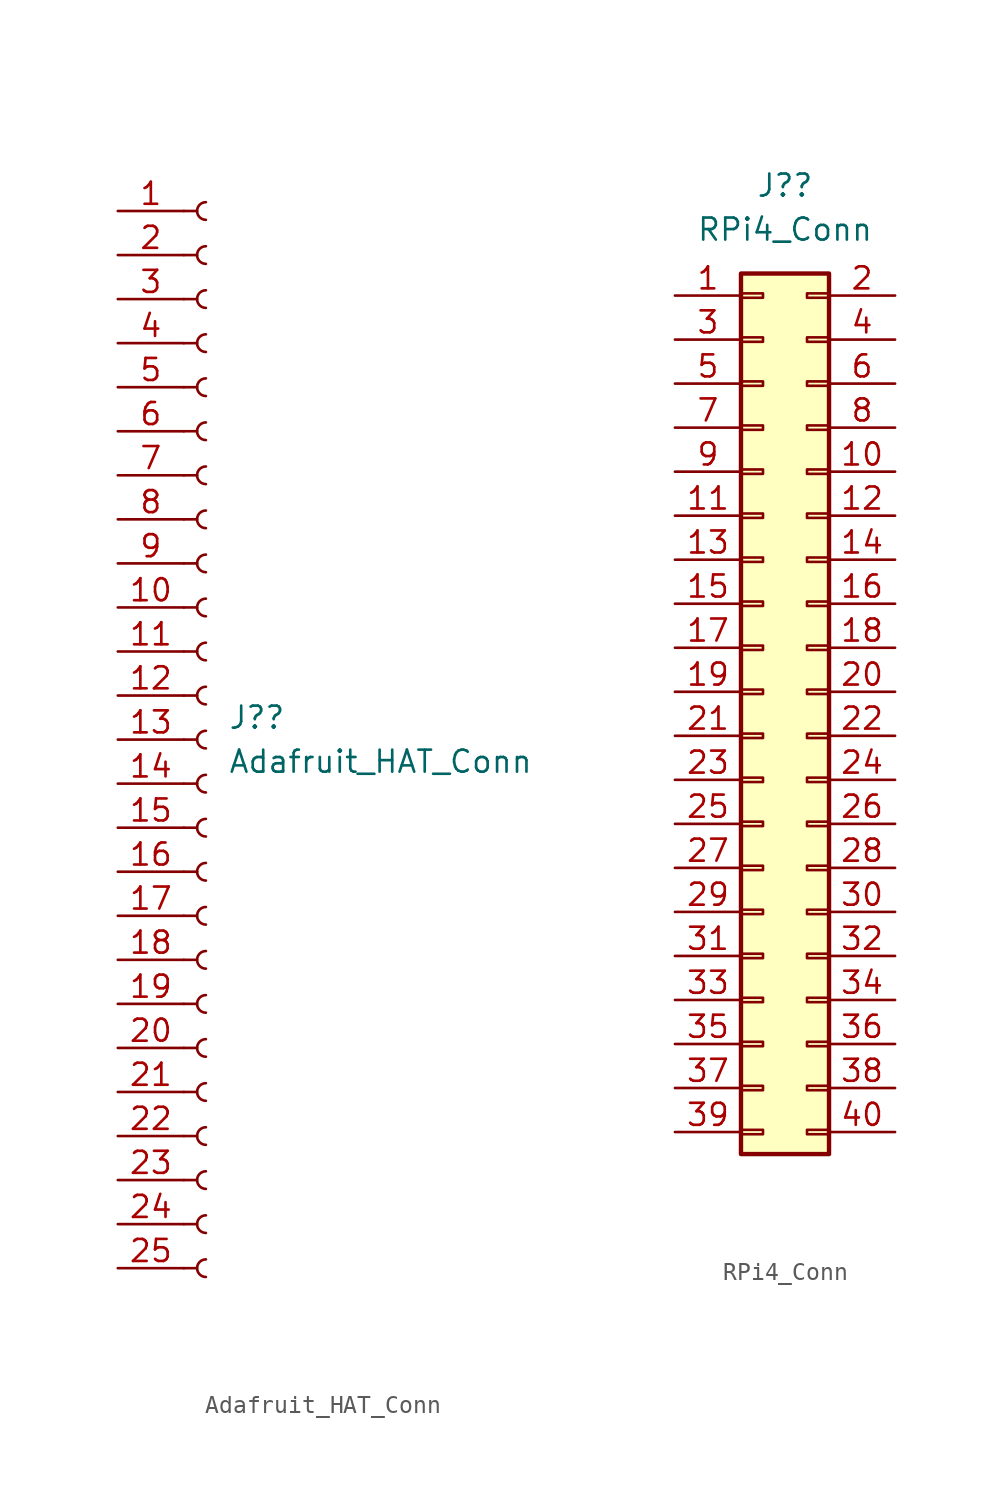
<source format=kicad_sym>
(kicad_symbol_lib
  (version 20211014)
  (generator kicad_symbol_editor)
  (symbol "Adafruit_HAT_Conn"
    (pin_names
      (offset 1.016) hide)
    (property "Reference" "J?"
      (at 1.27 1.27 0)
      (effects (font (size 1.27 1.27)) (justify left)))
    (property "Value" "Adafruit_HAT_Conn"
      (at 1.27 -1.27 0)
      (effects (font (size 1.27 1.27)) (justify left)))
    (symbol "Adafruit_HAT_Conn_1_1"
      (arc (start 0 -29.972) (mid -0.508 -30.48) (end 0 -30.988) (stroke (width 0.1524) (type default) (color 0 0 0 0)) (fill (type none)))
      (arc (start 0 -27.432) (mid -0.508 -27.94) (end 0 -28.448) (stroke (width 0.1524) (type default) (color 0 0 0 0)) (fill (type none)))
      (arc (start 0 -24.892) (mid -0.508 -25.4) (end 0 -25.908) (stroke (width 0.1524) (type default) (color 0 0 0 0)) (fill (type none)))
      (arc (start 0 -22.352) (mid -0.508 -22.86) (end 0 -23.368) (stroke (width 0.1524) (type default) (color 0 0 0 0)) (fill (type none)))
      (arc (start 0 -19.812) (mid -0.508 -20.32) (end 0 -20.828) (stroke (width 0.1524) (type default) (color 0 0 0 0)) (fill (type none)))
      (arc (start 0 -17.272) (mid -0.508 -17.78) (end 0 -18.288) (stroke (width 0.1524) (type default) (color 0 0 0 0)) (fill (type none)))
      (arc (start 0 -14.732) (mid -0.508 -15.24) (end 0 -15.748) (stroke (width 0.1524) (type default) (color 0 0 0 0)) (fill (type none)))
      (arc (start 0 -12.192) (mid -0.508 -12.7) (end 0 -13.208) (stroke (width 0.1524) (type default) (color 0 0 0 0)) (fill (type none)))
      (arc (start 0 -9.652) (mid -0.508 -10.16) (end 0 -10.668) (stroke (width 0.1524) (type default) (color 0 0 0 0)) (fill (type none)))
      (arc (start 0 -7.112) (mid -0.508 -7.62) (end 0 -8.128) (stroke (width 0.1524) (type default) (color 0 0 0 0)) (fill (type none)))
      (arc (start 0 -4.572) (mid -0.508 -5.08) (end 0 -5.588) (stroke (width 0.1524) (type default) (color 0 0 0 0)) (fill (type none)))
      (arc (start 0 -2.032) (mid -0.508 -2.54) (end 0 -3.048) (stroke (width 0.1524) (type default) (color 0 0 0 0)) (fill (type none)))
      (polyline (pts (xy -1.27 -30.48) (xy -0.508 -30.48)) (stroke (width 0.152) (type default) (color 0 0 0 0)) (fill (type none)))
      (polyline (pts (xy -1.27 -27.94) (xy -0.508 -27.94)) (stroke (width 0.152) (type default) (color 0 0 0 0)) (fill (type none)))
      (polyline (pts (xy -1.27 -25.4) (xy -0.508 -25.4)) (stroke (width 0.152) (type default) (color 0 0 0 0)) (fill (type none)))
      (polyline (pts (xy -1.27 -22.86) (xy -0.508 -22.86)) (stroke (width 0.152) (type default) (color 0 0 0 0)) (fill (type none)))
      (polyline (pts (xy -1.27 -20.32) (xy -0.508 -20.32)) (stroke (width 0.152) (type default) (color 0 0 0 0)) (fill (type none)))
      (polyline (pts (xy -1.27 -17.78) (xy -0.508 -17.78)) (stroke (width 0.152) (type default) (color 0 0 0 0)) (fill (type none)))
      (polyline (pts (xy -1.27 -15.24) (xy -0.508 -15.24)) (stroke (width 0.152) (type default) (color 0 0 0 0)) (fill (type none)))
      (polyline (pts (xy -1.27 -12.7) (xy -0.508 -12.7)) (stroke (width 0.152) (type default) (color 0 0 0 0)) (fill (type none)))
      (polyline (pts (xy -1.27 -10.16) (xy -0.508 -10.16)) (stroke (width 0.152) (type default) (color 0 0 0 0)) (fill (type none)))
      (polyline (pts (xy -1.27 -7.62) (xy -0.508 -7.62)) (stroke (width 0.152) (type default) (color 0 0 0 0)) (fill (type none)))
      (polyline (pts (xy -1.27 -5.08) (xy -0.508 -5.08)) (stroke (width 0.152) (type default) (color 0 0 0 0)) (fill (type none)))
      (polyline (pts (xy -1.27 -2.54) (xy -0.508 -2.54)) (stroke (width 0.152) (type default) (color 0 0 0 0)) (fill (type none)))
      (polyline (pts (xy -1.27 0) (xy -0.508 0)) (stroke (width 0.152) (type default) (color 0 0 0 0)) (fill (type none)))
      (polyline (pts (xy -1.27 2.54) (xy -0.508 2.54)) (stroke (width 0.152) (type default) (color 0 0 0 0)) (fill (type none)))
      (polyline (pts (xy -1.27 5.08) (xy -0.508 5.08)) (stroke (width 0.152) (type default) (color 0 0 0 0)) (fill (type none)))
      (polyline (pts (xy -1.27 7.62) (xy -0.508 7.62)) (stroke (width 0.152) (type default) (color 0 0 0 0)) (fill (type none)))
      (polyline (pts (xy -1.27 10.16) (xy -0.508 10.16)) (stroke (width 0.152) (type default) (color 0 0 0 0)) (fill (type none)))
      (polyline (pts (xy -1.27 12.7) (xy -0.508 12.7)) (stroke (width 0.152) (type default) (color 0 0 0 0)) (fill (type none)))
      (polyline (pts (xy -1.27 15.24) (xy -0.508 15.24)) (stroke (width 0.152) (type default) (color 0 0 0 0)) (fill (type none)))
      (polyline (pts (xy -1.27 17.78) (xy -0.508 17.78)) (stroke (width 0.152) (type default) (color 0 0 0 0)) (fill (type none)))
      (polyline (pts (xy -1.27 20.32) (xy -0.508 20.32)) (stroke (width 0.152) (type default) (color 0 0 0 0)) (fill (type none)))
      (polyline (pts (xy -1.27 22.86) (xy -0.508 22.86)) (stroke (width 0.152) (type default) (color 0 0 0 0)) (fill (type none)))
      (polyline (pts (xy -1.27 25.4) (xy -0.508 25.4)) (stroke (width 0.152) (type default) (color 0 0 0 0)) (fill (type none)))
      (polyline (pts (xy -1.27 27.94) (xy -0.508 27.94)) (stroke (width 0.152) (type default) (color 0 0 0 0)) (fill (type none)))
      (polyline (pts (xy -1.27 30.48) (xy -0.508 30.48)) (stroke (width 0.152) (type default) (color 0 0 0 0)) (fill (type none)))
      (arc (start 0 0.508) (mid -0.508 0) (end 0 -0.508) (stroke (width 0.1524) (type default) (color 0 0 0 0)) (fill (type none)))
      (arc (start 0 3.048) (mid -0.508 2.54) (end 0 2.032) (stroke (width 0.1524) (type default) (color 0 0 0 0)) (fill (type none)))
      (arc (start 0 5.588) (mid -0.508 5.08) (end 0 4.572) (stroke (width 0.1524) (type default) (color 0 0 0 0)) (fill (type none)))
      (arc (start 0 8.128) (mid -0.508 7.62) (end 0 7.112) (stroke (width 0.1524) (type default) (color 0 0 0 0)) (fill (type none)))
      (arc (start 0 10.668) (mid -0.508 10.16) (end 0 9.652) (stroke (width 0.1524) (type default) (color 0 0 0 0)) (fill (type none)))
      (arc (start 0 13.208) (mid -0.508 12.7) (end 0 12.192) (stroke (width 0.1524) (type default) (color 0 0 0 0)) (fill (type none)))
      (arc (start 0 15.748) (mid -0.508 15.24) (end 0 14.732) (stroke (width 0.1524) (type default) (color 0 0 0 0)) (fill (type none)))
      (arc (start 0 18.288) (mid -0.508 17.78) (end 0 17.272) (stroke (width 0.1524) (type default) (color 0 0 0 0)) (fill (type none)))
      (arc (start 0 20.828) (mid -0.508 20.32) (end 0 19.812) (stroke (width 0.1524) (type default) (color 0 0 0 0)) (fill (type none)))
      (arc (start 0 23.368) (mid -0.508 22.86) (end 0 22.352) (stroke (width 0.1524) (type default) (color 0 0 0 0)) (fill (type none)))
      (arc (start 0 25.908) (mid -0.508 25.4) (end 0 24.892) (stroke (width 0.1524) (type default) (color 0 0 0 0)) (fill (type none)))
      (arc (start 0 28.448) (mid -0.508 27.94) (end 0 27.432) (stroke (width 0.1524) (type default) (color 0 0 0 0)) (fill (type none)))
      (arc (start 0 30.988) (mid -0.508 30.48) (end 0 29.972) (stroke (width 0.1524) (type default) (color 0 0 0 0)) (fill (type none)))
      (pin passive line (at -5.08 30.48 0) (length 3.81) (name "SDA" (effects (font (size 1.27 1.27)))) (number "1" (effects (font (size 1.27 1.27)))))
      (pin passive line (at -5.08 7.62 0) (length 3.81) (name "GPIO23" (effects (font (size 1.27 1.27)))) (number "10" (effects (font (size 1.27 1.27)))))
      (pin passive line (at -5.08 5.08 0) (length 3.81) (name "GPIO24" (effects (font (size 1.27 1.27)))) (number "11" (effects (font (size 1.27 1.27)))))
      (pin passive line (at -5.08 2.54 0) (length 3.81) (name "GPIO25" (effects (font (size 1.27 1.27)))) (number "12" (effects (font (size 1.27 1.27)))))
      (pin passive line (at -5.08 0 0) (length 3.81) (name "MOSI" (effects (font (size 1.27 1.27)))) (number "13" (effects (font (size 1.27 1.27)))))
      (pin passive line (at -5.08 -2.54 0) (length 3.81) (name "MISO" (effects (font (size 1.27 1.27)))) (number "14" (effects (font (size 1.27 1.27)))))
      (pin passive line (at -5.08 -5.08 0) (length 3.81) (name "CLK" (effects (font (size 1.27 1.27)))) (number "15" (effects (font (size 1.27 1.27)))))
      (pin passive line (at -5.08 -7.62 0) (length 3.81) (name "CE0" (effects (font (size 1.27 1.27)))) (number "16" (effects (font (size 1.27 1.27)))))
      (pin passive line (at -5.08 -10.16 0) (length 3.81) (name "CE1" (effects (font (size 1.27 1.27)))) (number "17" (effects (font (size 1.27 1.27)))))
      (pin passive line (at -5.08 -12.7 0) (length 3.81) (name "GPIO5" (effects (font (size 1.27 1.27)))) (number "18" (effects (font (size 1.27 1.27)))))
      (pin passive line (at -5.08 -15.24 0) (length 3.81) (name "GPIO6" (effects (font (size 1.27 1.27)))) (number "19" (effects (font (size 1.27 1.27)))))
      (pin passive line (at -5.08 27.94 0) (length 3.81) (name "SCL" (effects (font (size 1.27 1.27)))) (number "2" (effects (font (size 1.27 1.27)))))
      (pin passive line (at -5.08 -17.78 0) (length 3.81) (name "GPIO12" (effects (font (size 1.27 1.27)))) (number "20" (effects (font (size 1.27 1.27)))))
      (pin passive line (at -5.08 -20.32 0) (length 3.81) (name "GPIO13" (effects (font (size 1.27 1.27)))) (number "21" (effects (font (size 1.27 1.27)))))
      (pin passive line (at -5.08 -22.86 0) (length 3.81) (name "GPIO16" (effects (font (size 1.27 1.27)))) (number "22" (effects (font (size 1.27 1.27)))))
      (pin passive line (at -5.08 -25.4 0) (length 3.81) (name "GPIO19" (effects (font (size 1.27 1.27)))) (number "23" (effects (font (size 1.27 1.27)))))
      (pin passive line (at -5.08 -27.94 0) (length 3.81) (name "GPIO20" (effects (font (size 1.27 1.27)))) (number "24" (effects (font (size 1.27 1.27)))))
      (pin passive line (at -5.08 -30.48 0) (length 3.81) (name "GPIO21" (effects (font (size 1.27 1.27)))) (number "25" (effects (font (size 1.27 1.27)))))
      (pin passive line (at -5.08 25.4 0) (length 3.81) (name "TXD" (effects (font (size 1.27 1.27)))) (number "3" (effects (font (size 1.27 1.27)))))
      (pin passive line (at -5.08 22.86 0) (length 3.81) (name "RXD" (effects (font (size 1.27 1.27)))) (number "4" (effects (font (size 1.27 1.27)))))
      (pin passive line (at -5.08 20.32 0) (length 3.81) (name "GPIO4" (effects (font (size 1.27 1.27)))) (number "5" (effects (font (size 1.27 1.27)))))
      (pin passive line (at -5.08 17.78 0) (length 3.81) (name "GPIO17" (effects (font (size 1.27 1.27)))) (number "6" (effects (font (size 1.27 1.27)))))
      (pin passive line (at -5.08 15.24 0) (length 3.81) (name "GPIO18" (effects (font (size 1.27 1.27)))) (number "7" (effects (font (size 1.27 1.27)))))
      (pin passive line (at -5.08 12.7 0) (length 3.81) (name "GPIO27" (effects (font (size 1.27 1.27)))) (number "8" (effects (font (size 1.27 1.27)))))
      (pin passive line (at -5.08 10.16 0) (length 3.81) (name "GPIO22" (effects (font (size 1.27 1.27)))) (number "9" (effects (font (size 1.27 1.27)))))))
  (symbol "RPi4_Conn"
    (pin_names
      (offset 1.016) hide)
    (property "Reference" "J?"
      (at 1.27 29.21 0)
      (effects (font (size 1.27 1.27))))
    (property "Value" "RPi4_Conn"
      (at 1.27 26.67 0)
      (effects (font (size 1.27 1.27))))
    (symbol "RPi4_Conn_1_1"
      (rectangle (start -1.27 -25.273) (end 0 -25.527) (stroke (width 0.152) (type default) (color 0 0 0 0)) (fill (type none)))
      (rectangle (start -1.27 -22.733) (end 0 -22.987) (stroke (width 0.152) (type default) (color 0 0 0 0)) (fill (type none)))
      (rectangle (start -1.27 -20.193) (end 0 -20.447) (stroke (width 0.152) (type default) (color 0 0 0 0)) (fill (type none)))
      (rectangle (start -1.27 -17.653) (end 0 -17.907) (stroke (width 0.152) (type default) (color 0 0 0 0)) (fill (type none)))
      (rectangle (start -1.27 -15.113) (end 0 -15.367) (stroke (width 0.152) (type default) (color 0 0 0 0)) (fill (type none)))
      (rectangle (start -1.27 -12.573) (end 0 -12.827) (stroke (width 0.152) (type default) (color 0 0 0 0)) (fill (type none)))
      (rectangle (start -1.27 -10.033) (end 0 -10.287) (stroke (width 0.152) (type default) (color 0 0 0 0)) (fill (type none)))
      (rectangle (start -1.27 -7.493) (end 0 -7.747) (stroke (width 0.152) (type default) (color 0 0 0 0)) (fill (type none)))
      (rectangle (start -1.27 -4.953) (end 0 -5.207) (stroke (width 0.152) (type default) (color 0 0 0 0)) (fill (type none)))
      (rectangle (start -1.27 -2.413) (end 0 -2.667) (stroke (width 0.152) (type default) (color 0 0 0 0)) (fill (type none)))
      (rectangle (start -1.27 0.127) (end 0 -0.127) (stroke (width 0.152) (type default) (color 0 0 0 0)) (fill (type none)))
      (rectangle (start -1.27 2.667) (end 0 2.413) (stroke (width 0.152) (type default) (color 0 0 0 0)) (fill (type none)))
      (rectangle (start -1.27 5.207) (end 0 4.953) (stroke (width 0.152) (type default) (color 0 0 0 0)) (fill (type none)))
      (rectangle (start -1.27 7.747) (end 0 7.493) (stroke (width 0.152) (type default) (color 0 0 0 0)) (fill (type none)))
      (rectangle (start -1.27 10.287) (end 0 10.033) (stroke (width 0.152) (type default) (color 0 0 0 0)) (fill (type none)))
      (rectangle (start -1.27 12.827) (end 0 12.573) (stroke (width 0.152) (type default) (color 0 0 0 0)) (fill (type none)))
      (rectangle (start -1.27 15.367) (end 0 15.113) (stroke (width 0.152) (type default) (color 0 0 0 0)) (fill (type none)))
      (rectangle (start -1.27 17.907) (end 0 17.653) (stroke (width 0.152) (type default) (color 0 0 0 0)) (fill (type none)))
      (rectangle (start -1.27 20.447) (end 0 20.193) (stroke (width 0.152) (type default) (color 0 0 0 0)) (fill (type none)))
      (rectangle (start -1.27 22.987) (end 0 22.733) (stroke (width 0.152) (type default) (color 0 0 0 0)) (fill (type none)))
      (rectangle (start -1.27 24.13) (end 3.81 -26.67) (stroke (width 0.254) (type default) (color 0 0 0 0)) (fill (type background)))
      (rectangle (start 3.81 -25.273) (end 2.54 -25.527) (stroke (width 0.152) (type default) (color 0 0 0 0)) (fill (type none)))
      (rectangle (start 3.81 -22.733) (end 2.54 -22.987) (stroke (width 0.152) (type default) (color 0 0 0 0)) (fill (type none)))
      (rectangle (start 3.81 -20.193) (end 2.54 -20.447) (stroke (width 0.152) (type default) (color 0 0 0 0)) (fill (type none)))
      (rectangle (start 3.81 -17.653) (end 2.54 -17.907) (stroke (width 0.152) (type default) (color 0 0 0 0)) (fill (type none)))
      (rectangle (start 3.81 -15.113) (end 2.54 -15.367) (stroke (width 0.152) (type default) (color 0 0 0 0)) (fill (type none)))
      (rectangle (start 3.81 -12.573) (end 2.54 -12.827) (stroke (width 0.152) (type default) (color 0 0 0 0)) (fill (type none)))
      (rectangle (start 3.81 -10.033) (end 2.54 -10.287) (stroke (width 0.152) (type default) (color 0 0 0 0)) (fill (type none)))
      (rectangle (start 3.81 -7.493) (end 2.54 -7.747) (stroke (width 0.152) (type default) (color 0 0 0 0)) (fill (type none)))
      (rectangle (start 3.81 -4.953) (end 2.54 -5.207) (stroke (width 0.152) (type default) (color 0 0 0 0)) (fill (type none)))
      (rectangle (start 3.81 -2.413) (end 2.54 -2.667) (stroke (width 0.152) (type default) (color 0 0 0 0)) (fill (type none)))
      (rectangle (start 3.81 0.127) (end 2.54 -0.127) (stroke (width 0.152) (type default) (color 0 0 0 0)) (fill (type none)))
      (rectangle (start 3.81 2.667) (end 2.54 2.413) (stroke (width 0.152) (type default) (color 0 0 0 0)) (fill (type none)))
      (rectangle (start 3.81 5.207) (end 2.54 4.953) (stroke (width 0.152) (type default) (color 0 0 0 0)) (fill (type none)))
      (rectangle (start 3.81 7.747) (end 2.54 7.493) (stroke (width 0.152) (type default) (color 0 0 0 0)) (fill (type none)))
      (rectangle (start 3.81 10.287) (end 2.54 10.033) (stroke (width 0.152) (type default) (color 0 0 0 0)) (fill (type none)))
      (rectangle (start 3.81 12.827) (end 2.54 12.573) (stroke (width 0.152) (type default) (color 0 0 0 0)) (fill (type none)))
      (rectangle (start 3.81 15.367) (end 2.54 15.113) (stroke (width 0.152) (type default) (color 0 0 0 0)) (fill (type none)))
      (rectangle (start 3.81 17.907) (end 2.54 17.653) (stroke (width 0.152) (type default) (color 0 0 0 0)) (fill (type none)))
      (rectangle (start 3.81 20.447) (end 2.54 20.193) (stroke (width 0.152) (type default) (color 0 0 0 0)) (fill (type none)))
      (rectangle (start 3.81 22.987) (end 2.54 22.733) (stroke (width 0.152) (type default) (color 0 0 0 0)) (fill (type none)))
      (pin passive line (at -5.08 22.86 0) (length 3.81) (name "3V3" (effects (font (size 1.27 1.27)))) (number "1" (effects (font (size 1.27 1.27)))))
      (pin passive line (at 7.62 12.7 180) (length 3.81) (name "GPIO15" (effects (font (size 1.27 1.27)))) (number "10" (effects (font (size 1.27 1.27)))))
      (pin passive line (at -5.08 10.16 0) (length 3.81) (name "GPIO17" (effects (font (size 1.27 1.27)))) (number "11" (effects (font (size 1.27 1.27)))))
      (pin passive line (at 7.62 10.16 180) (length 3.81) (name "GPIO18" (effects (font (size 1.27 1.27)))) (number "12" (effects (font (size 1.27 1.27)))))
      (pin passive line (at -5.08 7.62 0) (length 3.81) (name "GPIO27" (effects (font (size 1.27 1.27)))) (number "13" (effects (font (size 1.27 1.27)))))
      (pin passive line (at 7.62 7.62 180) (length 3.81) (name "GND" (effects (font (size 1.27 1.27)))) (number "14" (effects (font (size 1.27 1.27)))))
      (pin passive line (at -5.08 5.08 0) (length 3.81) (name "GPIO22" (effects (font (size 1.27 1.27)))) (number "15" (effects (font (size 1.27 1.27)))))
      (pin passive line (at 7.62 5.08 180) (length 3.81) (name "GPIO23" (effects (font (size 1.27 1.27)))) (number "16" (effects (font (size 1.27 1.27)))))
      (pin passive line (at -5.08 2.54 0) (length 3.81) (name "3V3" (effects (font (size 1.27 1.27)))) (number "17" (effects (font (size 1.27 1.27)))))
      (pin passive line (at 7.62 2.54 180) (length 3.81) (name "GPIO24" (effects (font (size 1.27 1.27)))) (number "18" (effects (font (size 1.27 1.27)))))
      (pin passive line (at -5.08 0 0) (length 3.81) (name "GPIO10" (effects (font (size 1.27 1.27)))) (number "19" (effects (font (size 1.27 1.27)))))
      (pin passive line (at 7.62 22.86 180) (length 3.81) (name "5V" (effects (font (size 1.27 1.27)))) (number "2" (effects (font (size 1.27 1.27)))))
      (pin passive line (at 7.62 0 180) (length 3.81) (name "GND" (effects (font (size 1.27 1.27)))) (number "20" (effects (font (size 1.27 1.27)))))
      (pin passive line (at -5.08 -2.54 0) (length 3.81) (name "GPIO9" (effects (font (size 1.27 1.27)))) (number "21" (effects (font (size 1.27 1.27)))))
      (pin passive line (at 7.62 -2.54 180) (length 3.81) (name "GPIO25" (effects (font (size 1.27 1.27)))) (number "22" (effects (font (size 1.27 1.27)))))
      (pin passive line (at -5.08 -5.08 0) (length 3.81) (name "GPIO11" (effects (font (size 1.27 1.27)))) (number "23" (effects (font (size 1.27 1.27)))))
      (pin passive line (at 7.62 -5.08 180) (length 3.81) (name "GPIO8" (effects (font (size 1.27 1.27)))) (number "24" (effects (font (size 1.27 1.27)))))
      (pin passive line (at -5.08 -7.62 0) (length 3.81) (name "GND" (effects (font (size 1.27 1.27)))) (number "25" (effects (font (size 1.27 1.27)))))
      (pin passive line (at 7.62 -7.62 180) (length 3.81) (name "GPIO7" (effects (font (size 1.27 1.27)))) (number "26" (effects (font (size 1.27 1.27)))))
      (pin passive line (at -5.08 -10.16 0) (length 3.81) (name "ID_SD" (effects (font (size 1.27 1.27)))) (number "27" (effects (font (size 1.27 1.27)))))
      (pin passive line (at 7.62 -10.16 180) (length 3.81) (name "ID_SC" (effects (font (size 1.27 1.27)))) (number "28" (effects (font (size 1.27 1.27)))))
      (pin passive line (at -5.08 -12.7 0) (length 3.81) (name "GPIO5" (effects (font (size 1.27 1.27)))) (number "29" (effects (font (size 1.27 1.27)))))
      (pin passive line (at -5.08 20.32 0) (length 3.81) (name "GPIO2" (effects (font (size 1.27 1.27)))) (number "3" (effects (font (size 1.27 1.27)))))
      (pin passive line (at 7.62 -12.7 180) (length 3.81) (name "GND" (effects (font (size 1.27 1.27)))) (number "30" (effects (font (size 1.27 1.27)))))
      (pin passive line (at -5.08 -15.24 0) (length 3.81) (name "GPIO6" (effects (font (size 1.27 1.27)))) (number "31" (effects (font (size 1.27 1.27)))))
      (pin passive line (at 7.62 -15.24 180) (length 3.81) (name "GPIO12" (effects (font (size 1.27 1.27)))) (number "32" (effects (font (size 1.27 1.27)))))
      (pin passive line (at -5.08 -17.78 0) (length 3.81) (name "GPIO13" (effects (font (size 1.27 1.27)))) (number "33" (effects (font (size 1.27 1.27)))))
      (pin passive line (at 7.62 -17.78 180) (length 3.81) (name "GND" (effects (font (size 1.27 1.27)))) (number "34" (effects (font (size 1.27 1.27)))))
      (pin passive line (at -5.08 -20.32 0) (length 3.81) (name "GPIO19" (effects (font (size 1.27 1.27)))) (number "35" (effects (font (size 1.27 1.27)))))
      (pin passive line (at 7.62 -20.32 180) (length 3.81) (name "GPIO16" (effects (font (size 1.27 1.27)))) (number "36" (effects (font (size 1.27 1.27)))))
      (pin passive line (at -5.08 -22.86 0) (length 3.81) (name "GPIO26" (effects (font (size 1.27 1.27)))) (number "37" (effects (font (size 1.27 1.27)))))
      (pin passive line (at 7.62 -22.86 180) (length 3.81) (name "GPIO20" (effects (font (size 1.27 1.27)))) (number "38" (effects (font (size 1.27 1.27)))))
      (pin passive line (at -5.08 -25.4 0) (length 3.81) (name "GND" (effects (font (size 1.27 1.27)))) (number "39" (effects (font (size 1.27 1.27)))))
      (pin passive line (at 7.62 20.32 180) (length 3.81) (name "5V" (effects (font (size 1.27 1.27)))) (number "4" (effects (font (size 1.27 1.27)))))
      (pin passive line (at 7.62 -25.4 180) (length 3.81) (name "GPIO21" (effects (font (size 1.27 1.27)))) (number "40" (effects (font (size 1.27 1.27)))))
      (pin passive line (at -5.08 17.78 0) (length 3.81) (name "GPIO3" (effects (font (size 1.27 1.27)))) (number "5" (effects (font (size 1.27 1.27)))))
      (pin passive line (at 7.62 17.78 180) (length 3.81) (name "GND" (effects (font (size 1.27 1.27)))) (number "6" (effects (font (size 1.27 1.27)))))
      (pin passive line (at -5.08 15.24 0) (length 3.81) (name "GPIO4" (effects (font (size 1.27 1.27)))) (number "7" (effects (font (size 1.27 1.27)))))
      (pin passive line (at 7.62 15.24 180) (length 3.81) (name "GPIO14" (effects (font (size 1.27 1.27)))) (number "8" (effects (font (size 1.27 1.27)))))
      (pin passive line (at -5.08 12.7 0) (length 3.81) (name "GND" (effects (font (size 1.27 1.27)))) (number "9" (effects (font (size 1.27 1.27))))))))
</source>
